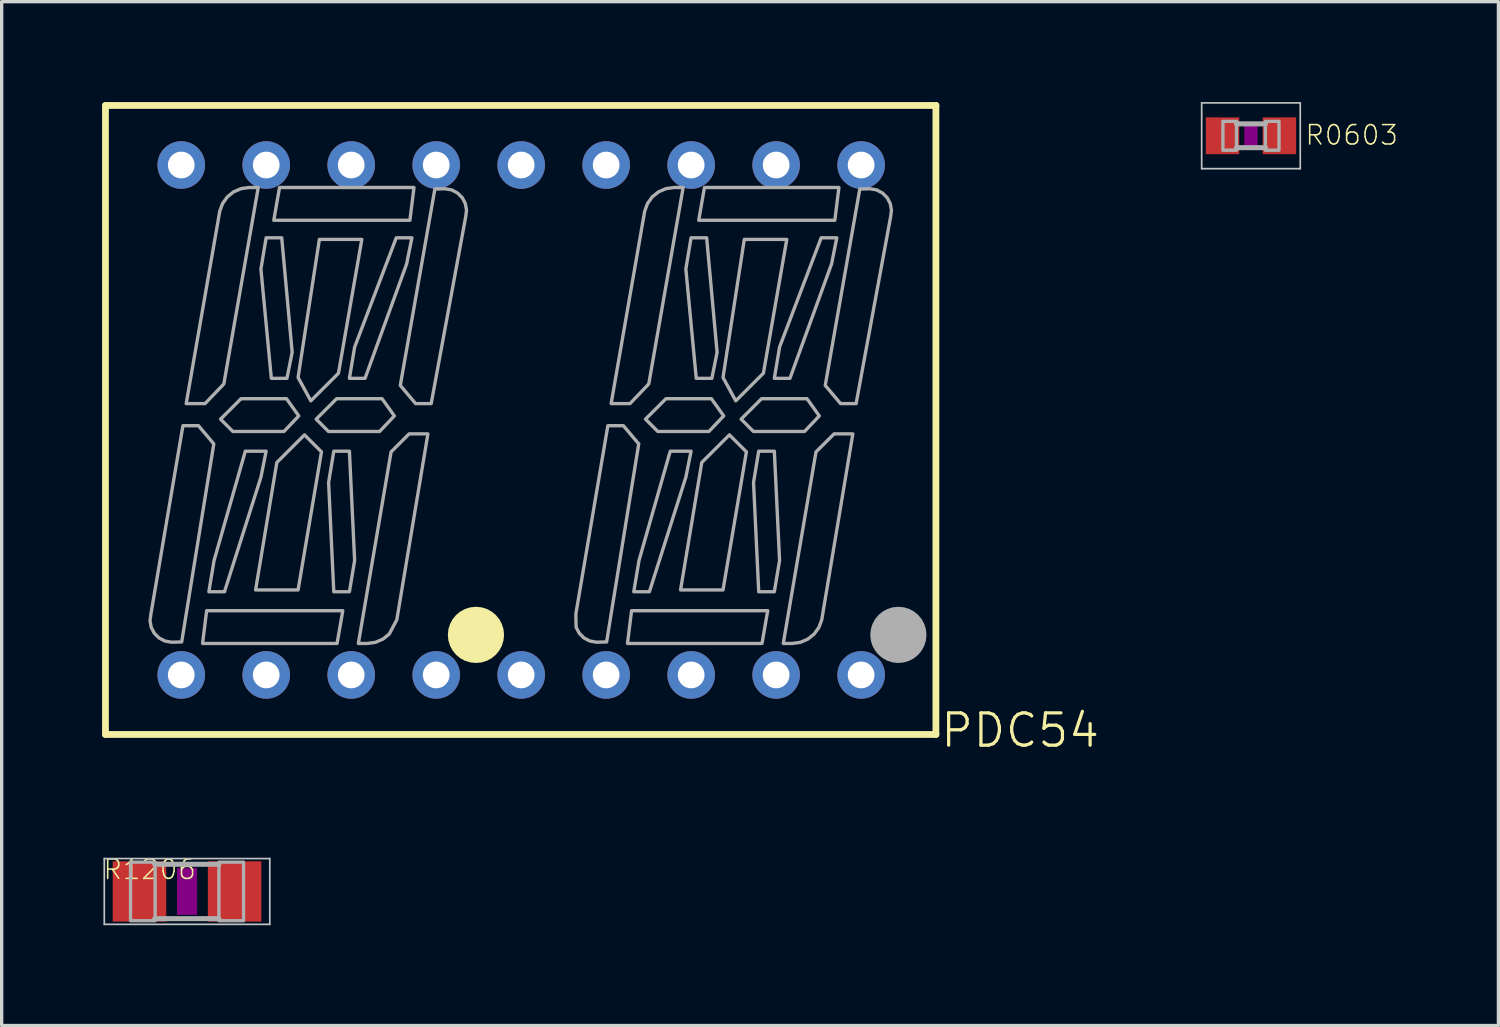
<source format=kicad_pcb>
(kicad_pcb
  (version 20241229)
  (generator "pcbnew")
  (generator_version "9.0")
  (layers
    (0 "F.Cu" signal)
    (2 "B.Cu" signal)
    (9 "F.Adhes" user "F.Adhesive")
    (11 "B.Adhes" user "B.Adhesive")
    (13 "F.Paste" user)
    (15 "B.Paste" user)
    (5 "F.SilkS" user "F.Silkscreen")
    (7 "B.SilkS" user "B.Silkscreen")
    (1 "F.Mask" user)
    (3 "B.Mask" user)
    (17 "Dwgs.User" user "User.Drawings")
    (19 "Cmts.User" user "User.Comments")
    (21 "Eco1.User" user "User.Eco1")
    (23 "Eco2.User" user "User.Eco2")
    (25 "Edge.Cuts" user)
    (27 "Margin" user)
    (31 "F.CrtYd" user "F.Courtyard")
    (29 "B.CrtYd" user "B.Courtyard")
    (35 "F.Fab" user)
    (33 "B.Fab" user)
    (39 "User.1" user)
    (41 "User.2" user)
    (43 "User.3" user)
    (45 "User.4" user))
  (footprint "PDC54"
    (layer "F.Cu")
    (at 12.527 9.502)
    (property "Reference" "PDC54" (at 12.482 9.842 0) (layer "F.SilkS") (effects (font (size 0.965 0.965) (thickness 0.097)) (justify left bottom)))
    (attr through_hole)
    (fp_line (start -12.425 -9.4) (end 12.395 -9.4) (stroke (width 0.203) (type solid)) (layer "F.SilkS"))
    (fp_line (start -12.425 9.4) (end -12.425 -9.4) (stroke (width 0.203) (type solid)) (layer "F.SilkS"))
    (fp_line (start 12.395 -9.4) (end 12.395 9.4) (stroke (width 0.203) (type solid)) (layer "F.SilkS"))
    (fp_line (start 12.395 9.4) (end -12.425 9.4) (stroke (width 0.203) (type solid)) (layer "F.SilkS"))
    (fp_circle (center -1.352 6.423) (end -0.932 6.423) (stroke (width 0.84) (type solid)) (fill no) (layer "F.SilkS"))
    (fp_circle (center 11.273 6.423) (end 11.693 6.423) (stroke (width 0.84) (type solid)) (fill no) (layer "F.Fab"))
    (fp_poly (pts (xy -7.394 -5.969) (xy -7.223 -6.948) (xy -3.204 -6.948) (xy -3.326 -5.969)) (stroke (width 0.1) (type solid)) (fill no) (layer "F.Fab"))
    (fp_poly (pts (xy -5.332 5.7) (xy -5.503 6.679) (xy -9.523 6.679) (xy -9.401 5.7)) (stroke (width 0.1) (type solid)) (fill no) (layer "F.Fab"))
    (fp_poly (pts (xy 5.306 -5.969) (xy 5.477 -6.948) (xy 9.496 -6.948) (xy 9.374 -5.969)) (stroke (width 0.1) (type solid)) (fill no) (layer "F.Fab"))
    (fp_poly (pts (xy 7.368 5.7) (xy 7.197 6.679) (xy 3.177 6.679) (xy 3.299 5.7)) (stroke (width 0.1) (type solid)) (fill no) (layer "F.Fab"))
    (fp_poly (pts (xy -6.477 0.445) (xy -7.303 1.27) (xy -7.938 5.08) (xy -6.668 5.08) (xy -5.969 0.953)) (stroke (width 0.1) (type solid)) (fill no) (layer "F.Fab"))
    (fp_poly (pts (xy -6.287 -0.572) (xy -6.668 -1.27) (xy -6.032 -5.397) (xy -4.763 -5.397) (xy -5.461 -1.397)) (stroke (width 0.1) (type solid)) (fill no) (layer "F.Fab"))
    (fp_poly (pts (xy 6.223 0.445) (xy 5.397 1.27) (xy 4.763 5.08) (xy 6.032 5.08) (xy 6.731 0.953)) (stroke (width 0.1) (type solid)) (fill no) (layer "F.Fab"))
    (fp_poly (pts (xy 6.413 -0.572) (xy 6.032 -1.27) (xy 6.668 -5.397) (xy 7.938 -5.397) (xy 7.239 -1.397)) (stroke (width 0.1) (type solid)) (fill no) (layer "F.Fab"))
    (fp_poly (pts (xy -9.335 5.134) (xy -9.179 4.2) (xy -8.245 0.933) (xy -7.623 0.933) (xy -7.779 1.711) (xy -8.868 5.134)) (stroke (width 0.1) (type solid)) (fill no) (layer "F.Fab"))
    (fp_poly (pts (xy -8.985 -0.025) (xy -8.373 -0.636) (xy -7.015 -0.636) (xy -6.648 -0.122) (xy -7.089 0.343) (xy -8.618 0.343)) (stroke (width 0.1) (type solid)) (fill no) (layer "F.Fab"))
    (fp_poly (pts (xy -7.623 -5.445) (xy -7.779 -4.512) (xy -7.468 -1.245) (xy -7.001 -1.245) (xy -6.845 -2.022) (xy -7.157 -5.445)) (stroke (width 0.1) (type solid)) (fill no) (layer "F.Fab"))
    (fp_poly (pts (xy -6.127 -0.025) (xy -5.516 -0.636) (xy -4.158 -0.636) (xy -3.791 -0.122) (xy -4.231 0.343) (xy -5.76 0.343)) (stroke (width 0.1) (type solid)) (fill no) (layer "F.Fab"))
    (fp_poly (pts (xy -5.601 0.933) (xy -5.756 1.867) (xy -5.601 5.134) (xy -5.134 5.134) (xy -4.978 4.2) (xy -5.134 0.933)) (stroke (width 0.1) (type solid)) (fill no) (layer "F.Fab"))
    (fp_poly (pts (xy -5.134 -1.245) (xy -4.978 -2.178) (xy -3.734 -5.445) (xy -3.267 -5.445) (xy -3.423 -4.667) (xy -4.667 -1.245)) (stroke (width 0.1) (type solid)) (fill no) (layer "F.Fab"))
    (fp_poly (pts (xy 3.365 5.134) (xy 3.521 4.2) (xy 4.455 0.933) (xy 5.077 0.933) (xy 4.921 1.711) (xy 3.832 5.134)) (stroke (width 0.1) (type solid)) (fill no) (layer "F.Fab"))
    (fp_poly (pts (xy 3.715 -0.025) (xy 4.327 -0.636) (xy 5.685 -0.636) (xy 6.052 -0.122) (xy 5.611 0.343) (xy 4.082 0.343)) (stroke (width 0.1) (type solid)) (fill no) (layer "F.Fab"))
    (fp_poly (pts (xy 5.077 -5.445) (xy 4.921 -4.512) (xy 5.232 -1.245) (xy 5.699 -1.245) (xy 5.855 -2.022) (xy 5.543 -5.445)) (stroke (width 0.1) (type solid)) (fill no) (layer "F.Fab"))
    (fp_poly (pts (xy 6.573 -0.025) (xy 7.184 -0.636) (xy 8.542 -0.636) (xy 8.909 -0.122) (xy 8.469 0.343) (xy 6.94 0.343)) (stroke (width 0.1) (type solid)) (fill no) (layer "F.Fab"))
    (fp_poly (pts (xy 7.099 0.933) (xy 6.944 1.867) (xy 7.099 5.134) (xy 7.566 5.134) (xy 7.722 4.2) (xy 7.566 0.933)) (stroke (width 0.1) (type solid)) (fill no) (layer "F.Fab"))
    (fp_poly (pts (xy 7.566 -1.245) (xy 7.722 -2.178) (xy 8.966 -5.445) (xy 9.433 -5.445) (xy 9.277 -4.667) (xy 8.033 -1.245)) (stroke (width 0.1) (type solid)) (fill no) (layer "F.Fab"))
    (fp_poly (pts (xy -3.889 0.954) (xy -4.867 6.679) (xy -4.598 6.679) (xy -4.357 6.646) (xy -4.133 6.549) (xy -3.943 6.397) (xy -3.717 5.969) (xy -2.788 0.416) (xy -3.35 0.416)) (stroke (width 0.1) (type solid)) (fill no) (layer "F.Fab"))
    (fp_poly (pts (xy 3.813 -1.076) (xy 4.841 -6.948) (xy 4.572 -6.948) (xy 4.33 -6.915) (xy 4.106 -6.819) (xy 3.916 -6.666) (xy 3.774 -6.467) (xy 3.691 -6.239) (xy 2.688 -0.489) (xy 3.251 -0.489)) (stroke (width 0.1) (type solid)) (fill no) (layer "F.Fab"))
    (fp_poly (pts (xy -8.887 -1.076) (xy -7.859 -6.948) (xy -8.129 -6.948) (xy -8.128 -6.948) (xy -8.37 -6.915) (xy -8.594 -6.819) (xy -8.784 -6.666) (xy -8.926 -6.467) (xy -9.009 -6.239) (xy -10.012 -0.489) (xy -9.45 -0.489)) (stroke (width 0.1) (type solid)) (fill no) (layer "F.Fab"))
    (fp_poly (pts (xy 3.513 0.715) (xy 2.553 6.634) (xy 2.25 6.642) (xy 2.25 6.642) (xy 2.054 6.607) (xy 1.876 6.515) (xy 1.735 6.374) (xy 1.642 6.197) (xy 1.633 5.802) (xy 2.59 0.171) (xy 3.055 0.171)) (stroke (width 0.1) (type solid)) (fill no) (layer "F.Fab"))
    (fp_poly (pts (xy 8.811 0.954) (xy 7.833 6.679) (xy 8.102 6.679) (xy 8.102 6.679) (xy 8.343 6.646) (xy 8.567 6.549) (xy 8.757 6.397) (xy 8.899 6.198) (xy 8.983 5.969) (xy 9.912 0.416) (xy 9.35 0.416)) (stroke (width 0.1) (type solid)) (fill no) (layer "F.Fab"))
    (fp_poly (pts (xy 9.087 -1.033) (xy 10.12 -6.903) (xy 10.423 -6.911) (xy 10.62 -6.877) (xy 10.797 -6.784) (xy 10.939 -6.643) (xy 11.031 -6.466) (xy 11.066 -6.269) (xy 11.041 -6.071) (xy 10.01 -0.489) (xy 9.545 -0.489)) (stroke (width 0.1) (type solid)) (fill no) (layer "F.Fab"))
    (fp_poly (pts (xy -9.187 0.715) (xy -10.147 6.634) (xy -10.45 6.642) (xy -10.45 6.642) (xy -10.646 6.607) (xy -10.824 6.515) (xy -10.965 6.374) (xy -11.058 6.197) (xy -11.093 6) (xy -11.067 5.802) (xy -10.11 0.171) (xy -9.645 0.171)) (stroke (width 0.1) (type solid)) (fill no) (layer "F.Fab"))
    (fp_poly (pts (xy -3.613 -1.033) (xy -2.58 -6.903) (xy -2.277 -6.911) (xy -2.277 -6.911) (xy -2.08 -6.877) (xy -1.903 -6.784) (xy -1.761 -6.643) (xy -1.669 -6.466) (xy -1.634 -6.269) (xy -1.659 -6.071) (xy -2.69 -0.489) (xy -3.155 -0.489)) (stroke (width 0.1) (type solid)) (fill no) (layer "F.Fab"))
    (pad "1" thru_hole circle (at -10.16 7.62) (size 1.422 1.422) (drill 0.8) (layers "*.Cu" "*.Mask"))
    (pad "2" thru_hole circle (at -7.62 7.62) (size 1.422 1.422) (drill 0.8) (layers "*.Cu" "*.Mask"))
    (pad "3" thru_hole circle (at -5.08 7.62) (size 1.422 1.422) (drill 0.8) (layers "*.Cu" "*.Mask"))
    (pad "4" thru_hole circle (at -2.54 7.62) (size 1.422 1.422) (drill 0.8) (layers "*.Cu" "*.Mask"))
    (pad "5" thru_hole circle (at 0 7.62) (size 1.422 1.422) (drill 0.8) (layers "*.Cu" "*.Mask"))
    (pad "6" thru_hole circle (at 2.54 7.62) (size 1.422 1.422) (drill 0.8) (layers "*.Cu" "*.Mask"))
    (pad "7" thru_hole circle (at 5.08 7.62) (size 1.422 1.422) (drill 0.8) (layers "*.Cu" "*.Mask"))
    (pad "8" thru_hole circle (at 7.62 7.62) (size 1.422 1.422) (drill 0.8) (layers "*.Cu" "*.Mask"))
    (pad "9" thru_hole circle (at 10.16 7.62) (size 1.422 1.422) (drill 0.8) (layers "*.Cu" "*.Mask"))
    (pad "10" thru_hole circle (at 10.16 -7.62 180) (size 1.422 1.422) (drill 0.8) (layers "*.Cu" "*.Mask"))
    (pad "11" thru_hole circle (at 7.62 -7.62 180) (size 1.422 1.422) (drill 0.8) (layers "*.Cu" "*.Mask"))
    (pad "12" thru_hole circle (at 5.08 -7.62 180) (size 1.422 1.422) (drill 0.8) (layers "*.Cu" "*.Mask"))
    (pad "13" thru_hole circle (at 2.54 -7.62 180) (size 1.422 1.422) (drill 0.8) (layers "*.Cu" "*.Mask"))
    (pad "14" thru_hole circle (at 0 -7.62 180) (size 1.422 1.422) (drill 0.8) (layers "*.Cu" "*.Mask"))
    (pad "15" thru_hole circle (at -2.54 -7.62 180) (size 1.422 1.422) (drill 0.8) (layers "*.Cu" "*.Mask"))
    (pad "16" thru_hole circle (at -5.08 -7.62 180) (size 1.422 1.422) (drill 0.8) (layers "*.Cu" "*.Mask"))
    (pad "17" thru_hole circle (at -7.62 -7.62 180) (size 1.422 1.422) (drill 0.8) (layers "*.Cu" "*.Mask"))
    (pad "18" thru_hole circle (at -10.16 -7.62 180) (size 1.422 1.422) (drill 0.8) (layers "*.Cu" "*.Mask")))
  (footprint "R0603"
    (layer "F.Cu")
    (at 34.338 1.008)
    (property "Reference" "R0603" (at 1.587 0.318 180) (layer "F.SilkS") (effects (font (size 0.579 0.579) (thickness 0.046)) (justify left bottom)))
    (attr through_hole)
    (fp_poly (pts (xy -0.2 0.4) (xy 0.2 0.4) (xy 0.2 -0.4) (xy -0.2 -0.4)) (stroke (width 0) (type solid)) (fill yes) (layer "F.Adhes"))
    (fp_line (start -1.473 -0.983) (end 1.473 -0.983) (stroke (width 0.051) (type solid)) (layer "Dwgs.User"))
    (fp_line (start -1.473 0.983) (end -1.473 -0.983) (stroke (width 0.051) (type solid)) (layer "Dwgs.User"))
    (fp_line (start 1.473 -0.983) (end 1.473 0.983) (stroke (width 0.051) (type solid)) (layer "Dwgs.User"))
    (fp_line (start 1.473 0.983) (end -1.473 0.983) (stroke (width 0.051) (type solid)) (layer "Dwgs.User"))
    (fp_line (start -0.432 0.356) (end 0.432 0.356) (stroke (width 0.152) (type solid)) (layer "F.Fab"))
    (fp_line (start 0.432 -0.356) (end -0.432 -0.356) (stroke (width 0.152) (type solid)) (layer "F.Fab"))
    (fp_poly (pts (xy -0.838 0.432) (xy -0.432 0.432) (xy -0.432 -0.432) (xy -0.838 -0.432)) (stroke (width 0.1) (type solid)) (fill no) (layer "F.Fab"))
    (fp_poly (pts (xy 0.432 0.432) (xy 0.838 0.432) (xy 0.838 -0.432) (xy 0.432 -0.432)) (stroke (width 0.1) (type solid)) (fill no) (layer "F.Fab"))
    (pad "1" smd rect (at -0.85 0) (size 1 1.1) (layers "F.Cu" "F.Mask" "F.Paste"))
    (pad "2" smd rect (at 0.85 0) (size 1 1.1) (layers "F.Cu" "F.Mask" "F.Paste")))
  (footprint "R1206"
    (layer "F.Cu")
    (at 2.54 23.593)
    (property "Reference" "R1206" (at -2.54 -0.318 180) (layer "F.SilkS") (effects (font (size 0.579 0.579) (thickness 0.046)) (justify left bottom)))
    (attr through_hole)
    (fp_poly (pts (xy -0.3 0.7) (xy 0.3 0.7) (xy 0.3 -0.7) (xy -0.3 -0.7)) (stroke (width 0) (type solid)) (fill yes) (layer "F.Adhes"))
    (fp_line (start -2.473 -0.983) (end 2.473 -0.983) (stroke (width 0.051) (type solid)) (layer "Dwgs.User"))
    (fp_line (start -2.473 0.983) (end -2.473 -0.983) (stroke (width 0.051) (type solid)) (layer "Dwgs.User"))
    (fp_line (start 2.473 -0.983) (end 2.473 0.983) (stroke (width 0.051) (type solid)) (layer "Dwgs.User"))
    (fp_line (start 2.473 0.983) (end -2.473 0.983) (stroke (width 0.051) (type solid)) (layer "Dwgs.User"))
    (fp_line (start 0.953 -0.813) (end -0.965 -0.813) (stroke (width 0.152) (type solid)) (layer "F.Fab"))
    (fp_line (start 0.953 0.813) (end -0.965 0.813) (stroke (width 0.152) (type solid)) (layer "F.Fab"))
    (fp_poly (pts (xy -1.689 0.876) (xy -0.953 0.876) (xy -0.953 -0.876) (xy -1.689 -0.876)) (stroke (width 0.1) (type solid)) (fill no) (layer "F.Fab"))
    (fp_poly (pts (xy 0.953 0.876) (xy 1.689 0.876) (xy 1.689 -0.876) (xy 0.953 -0.876)) (stroke (width 0.1) (type solid)) (fill no) (layer "F.Fab"))
    (pad "1" smd rect (at -1.422 0) (size 1.6 1.803) (layers "F.Cu" "F.Mask" "F.Paste"))
    (pad "2" smd rect (at 1.422 0) (size 1.6 1.803) (layers "F.Cu" "F.Mask" "F.Paste")))
  (gr_rect
    (start -3 -3)
    (end 41.734 27.601)
    (stroke (width 0.1) (type default))
    (fill no)
    (layer "Edge.Cuts")))
</source>
